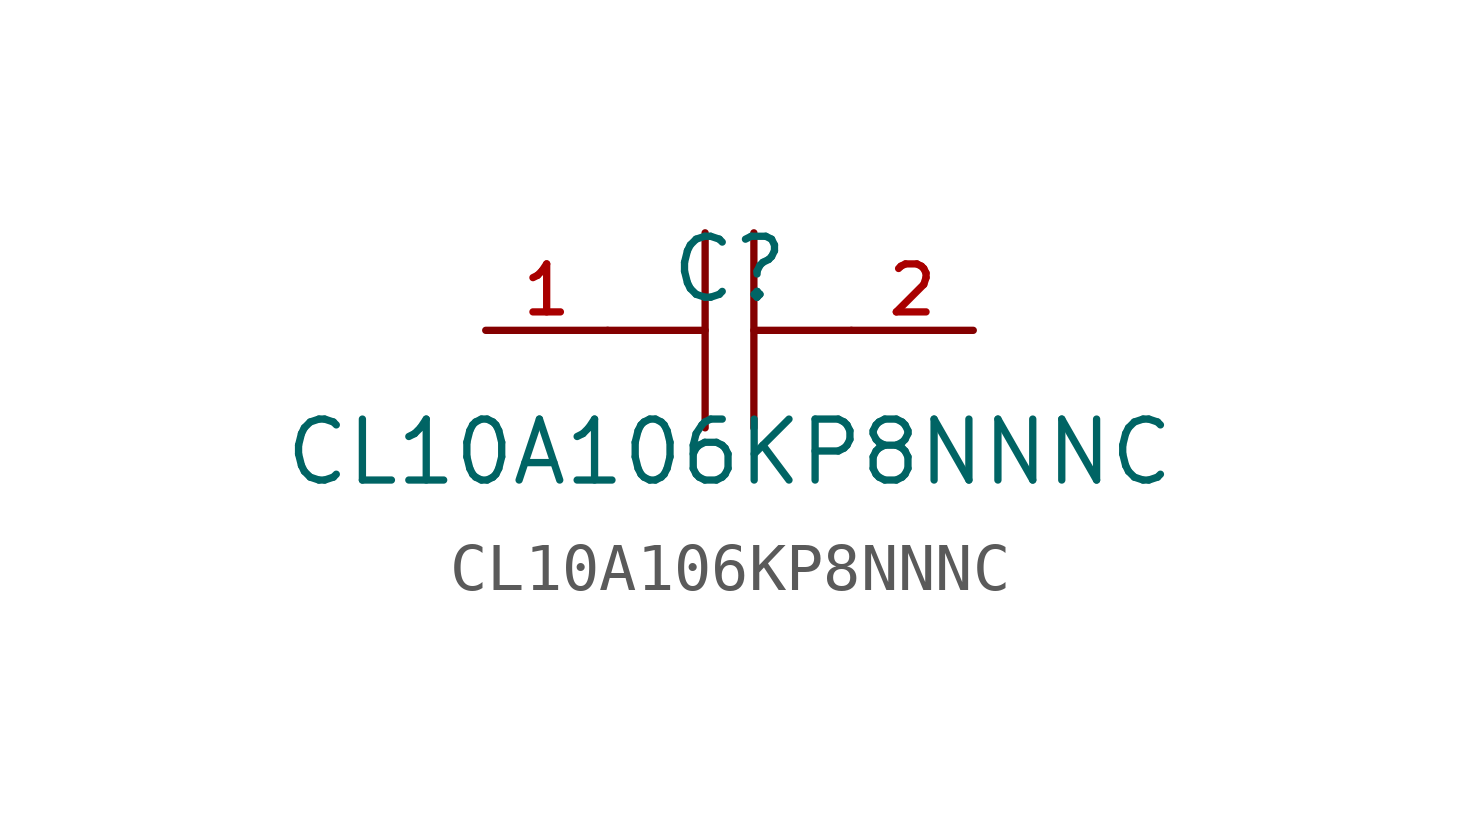
<source format=kicad_sym>
(kicad_symbol_lib
  (version 20220914)
  (generator kicad_symbol_editor)
  (symbol "CL10A106KP8NNNC"
    (pin_names hide)
    (property "Reference" "C"
      (at 0 1.27 0)
      (effects (font (size 1.27 1.27))))
    (property "Value" "CL10A106KP8NNNC"
      (at 0 -2.54 0)
      (effects (font (size 1.27 1.27))))
    (symbol "CL10A106KP8NNNC_0_1"
      (polyline (pts (xy -0.508 -2.032) (xy -0.508 2.032)) (stroke (width 0) (type default)) (fill (type none)))
      (polyline (pts (xy -0.508 0) (xy -2.54 0)) (stroke (width 0) (type default)) (fill (type none)))
      (polyline (pts (xy 0.508 2.032) (xy 0.508 -2.032)) (stroke (width 0) (type default)) (fill (type none)))
      (polyline (pts (xy 2.54 0) (xy 0.508 0)) (stroke (width 0) (type default)) (fill (type none))))
    (symbol "CL10A106KP8NNNC_1_1"
      (pin passive line (at -5.08 0 0) (length 2.54) (name "1" (effects (font (size 1 1)))) (number "1" (effects (font (size 1 1)))))
      (pin passive line (at 5.08 0 180) (length 2.54) (name "2" (effects (font (size 1 1)))) (number "2" (effects (font (size 1 1))))))))
</source>
